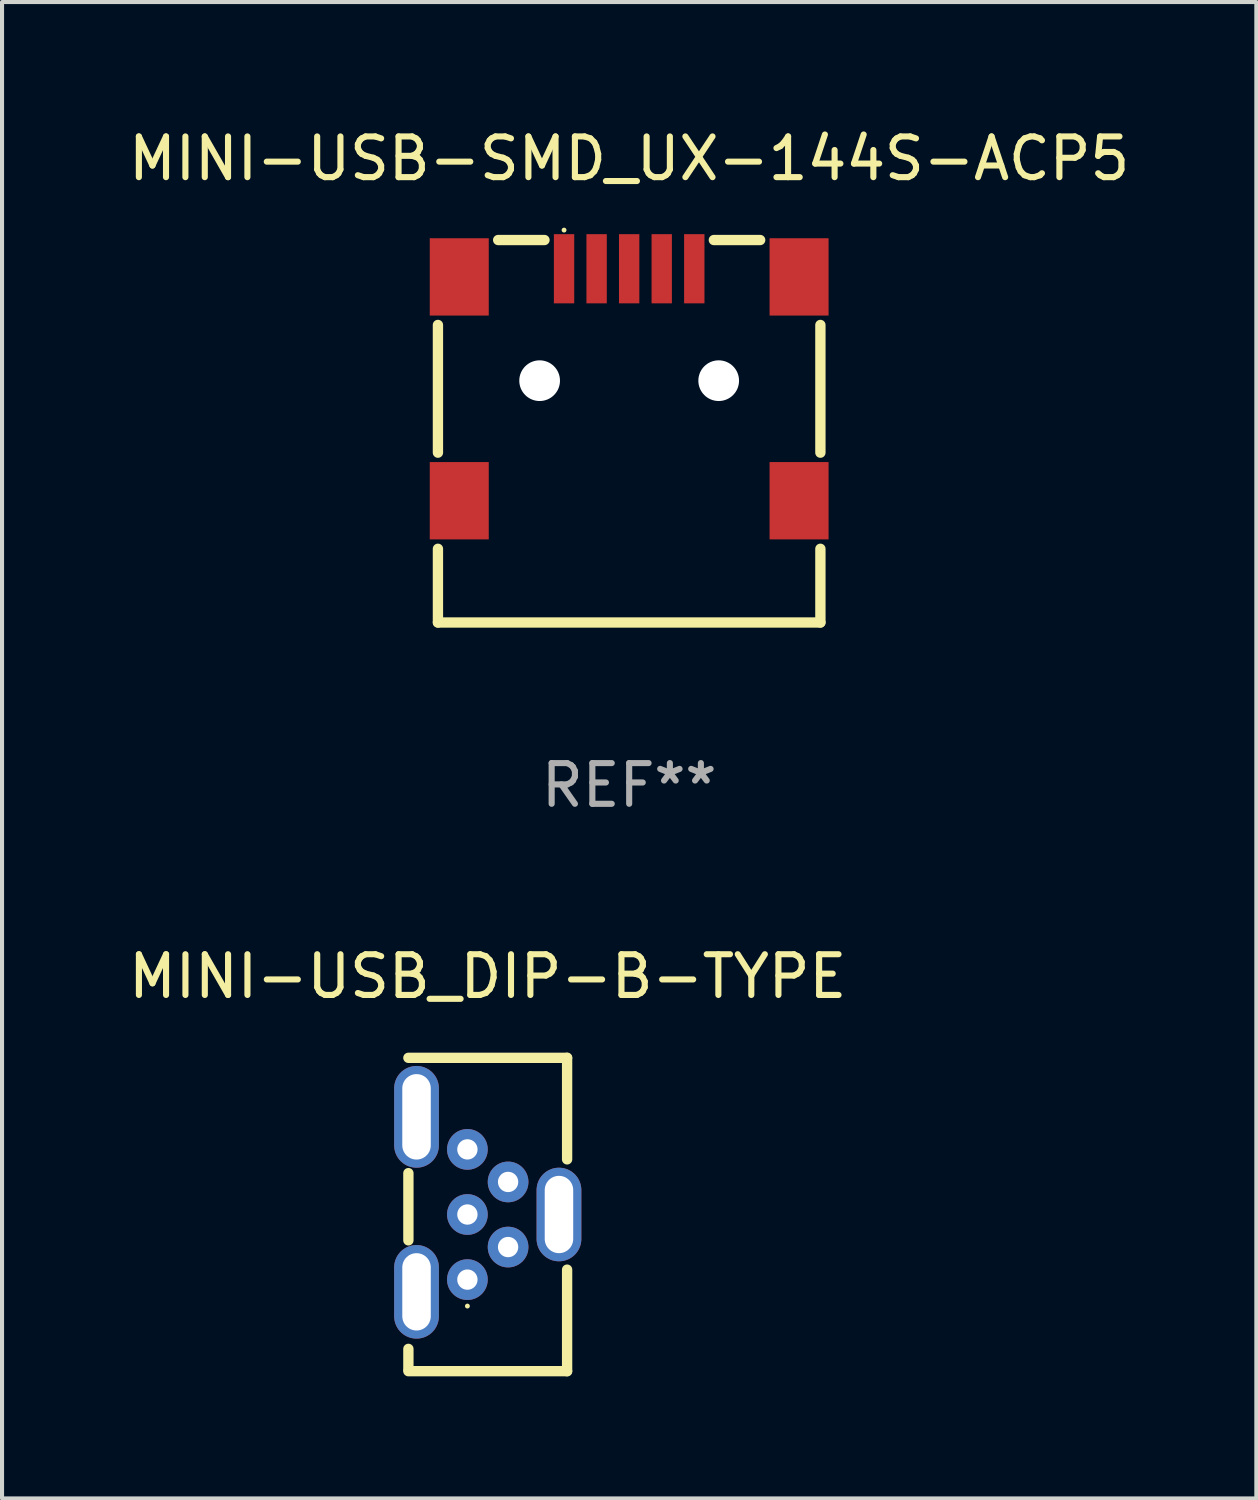
<source format=kicad_pcb>
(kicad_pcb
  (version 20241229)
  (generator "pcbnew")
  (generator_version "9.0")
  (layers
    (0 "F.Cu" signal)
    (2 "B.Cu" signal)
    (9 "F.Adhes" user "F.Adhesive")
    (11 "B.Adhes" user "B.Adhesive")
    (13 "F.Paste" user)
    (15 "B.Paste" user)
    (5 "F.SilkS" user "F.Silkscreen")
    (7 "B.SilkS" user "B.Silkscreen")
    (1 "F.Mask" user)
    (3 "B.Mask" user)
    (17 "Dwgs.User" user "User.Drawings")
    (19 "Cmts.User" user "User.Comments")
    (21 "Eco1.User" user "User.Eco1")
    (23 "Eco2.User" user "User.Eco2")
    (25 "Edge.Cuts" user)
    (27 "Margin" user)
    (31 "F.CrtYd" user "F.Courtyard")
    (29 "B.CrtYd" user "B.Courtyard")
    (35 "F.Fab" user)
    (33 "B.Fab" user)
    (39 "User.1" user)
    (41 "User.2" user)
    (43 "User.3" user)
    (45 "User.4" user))
  (footprint "MINI-USB_DIP-B-TYPE"
    (layer "F.Cu")
    (at 8.935 26.543)
    (property "Reference" "MINI-USB_DIP-B-TYPE" (at -0.000013 -5.6 0) (layer "F.SilkS") (effects (font (size 1 1) (thickness 0.15))))
    (attr through_hole)
    (fp_line (start -1.95 -3.6) (end 1.95 -3.6) (stroke (width 0.254) (type solid)) (layer "F.SilkS"))
    (fp_line (start -1.95 -0.766) (end -1.95 0.885) (stroke (width 0.254) (type solid)) (layer "F.SilkS"))
    (fp_line (start -1.95 4.06) (end -1.95 3.552) (stroke (width 0.254) (type solid)) (layer "F.SilkS"))
    (fp_line (start -1.95 4.1) (end 1.95 4.1) (stroke (width 0.254) (type solid)) (layer "F.SilkS"))
    (fp_line (start 1.95 -3.6) (end 1.95 -1.105) (stroke (width 0.254) (type solid)) (layer "F.SilkS"))
    (fp_line (start 1.95 1.605) (end 1.95 4.1) (stroke (width 0.254) (type solid)) (layer "F.SilkS"))
    (fp_circle (center -0.5 2.5) (end -0.47 2.5) (stroke (width 0.06) (type solid)) (fill no) (layer "F.SilkS"))
    (pad "1" thru_hole circle (at -0.5 1.85) (size 1 1) (drill 0.5) (layers "*.Cu" "*.Mask"))
    (pad "2" thru_hole circle (at 0.5 1.05) (size 1 1) (drill 0.5) (layers "*.Cu" "*.Mask"))
    (pad "3" thru_hole circle (at -0.5 0.25) (size 1 1) (drill 0.5) (layers "*.Cu" "*.Mask"))
    (pad "4" thru_hole circle (at 0.5 -0.55) (size 1 1) (drill 0.5) (layers "*.Cu" "*.Mask"))
    (pad "5" thru_hole circle (at -0.5 -1.35) (size 1 1) (drill 0.5) (layers "*.Cu" "*.Mask"))
    (pad "6" thru_hole oval (at -1.75 -2.15) (size 1.1 2.5) (drill oval 0.7 2.1) (layers "*.Cu" "*.Mask"))
    (pad "6" thru_hole oval (at -1.75 2.15) (size 1.1 2.3) (drill oval 0.7 1.9) (layers "*.Cu" "*.Mask"))
    (pad "6" thru_hole oval (at 1.75 0.25) (size 1.1 2.3) (drill oval 0.7 1.9) (layers "*.Cu" "*.Mask")))
  (footprint "MINI-USB-SMD_UX-144S-ACP5"
    (layer "F.Cu")
    (at 12.41 6.404)
    (property "Reference" "MINI-USB-SMD_UX-144S-ACP5" (at 0.000254 -5.556 0) (layer "F.SilkS") (effects (font (size 1 1) (thickness 0.15))))
    (attr through_hole)
    (fp_line (start -4.699 1.669) (end -4.699 -1.469) (stroke (width 0.254) (type solid)) (layer "F.SilkS"))
    (fp_line (start -4.699 5.842) (end -4.699 4.031) (stroke (width 0.254) (type solid)) (layer "F.SilkS"))
    (fp_line (start -4.699 5.842) (end 4.699 5.842) (stroke (width 0.254) (type solid)) (layer "F.SilkS"))
    (fp_line (start -2.081 -3.556) (end -3.219 -3.556) (stroke (width 0.254) (type solid)) (layer "F.SilkS"))
    (fp_line (start 3.219 -3.556) (end 2.081 -3.556) (stroke (width 0.254) (type solid)) (layer "F.SilkS"))
    (fp_line (start 4.699 1.669) (end 4.699 -1.469) (stroke (width 0.254) (type solid)) (layer "F.SilkS"))
    (fp_line (start 4.699 5.842) (end 4.699 4.031) (stroke (width 0.254) (type solid)) (layer "F.SilkS"))
    (fp_circle (center -1.6 -3.8) (end -1.57 -3.8) (stroke (width 0.06) (type solid)) (fill no) (layer "F.SilkS"))
    (fp_text user "REF**" (at 0.000254 9.842 0) (layer "F.Fab") (effects (font (size 1 1) (thickness 0.15))))
    (pad "" np_thru_hole circle (at -2.2 -0.1) (size 1 1) (drill 1) (layers "*.Cu" "*.Mask"))
    (pad "" np_thru_hole circle (at 2.2 -0.1) (size 1 1) (drill 1) (layers "*.Cu" "*.Mask"))
    (pad "1" smd rect (at -1.6 -2.85) (size 0.5 1.7) (layers "F.Cu" "F.Mask" "F.Paste"))
    (pad "2" smd rect (at -0.8 -2.85) (size 0.5 1.7) (layers "F.Cu" "F.Mask" "F.Paste"))
    (pad "3" smd rect (at 0 -2.85) (size 0.5 1.7) (layers "F.Cu" "F.Mask" "F.Paste"))
    (pad "4" smd rect (at 0.8 -2.85) (size 0.5 1.7) (layers "F.Cu" "F.Mask" "F.Paste"))
    (pad "5" smd rect (at 1.6 -2.85) (size 0.5 1.7) (layers "F.Cu" "F.Mask" "F.Paste"))
    (pad "6" smd rect (at -4.175 -2.65) (size 1.45 1.9) (layers "F.Cu" "F.Mask" "F.Paste"))
    (pad "7" smd rect (at -4.175 2.85) (size 1.45 1.9) (layers "F.Cu" "F.Mask" "F.Paste"))
    (pad "8" smd rect (at 4.175 2.85) (size 1.45 1.9) (layers "F.Cu" "F.Mask" "F.Paste"))
    (pad "9" smd rect (at 4.175 -2.65) (size 1.45 1.9) (layers "F.Cu" "F.Mask" "F.Paste")))
  (gr_rect
    (start -3 -3)
    (end 27.821 33.77)
    (stroke (width 0.1) (type default))
    (fill no)
    (layer "Edge.Cuts")))
</source>
